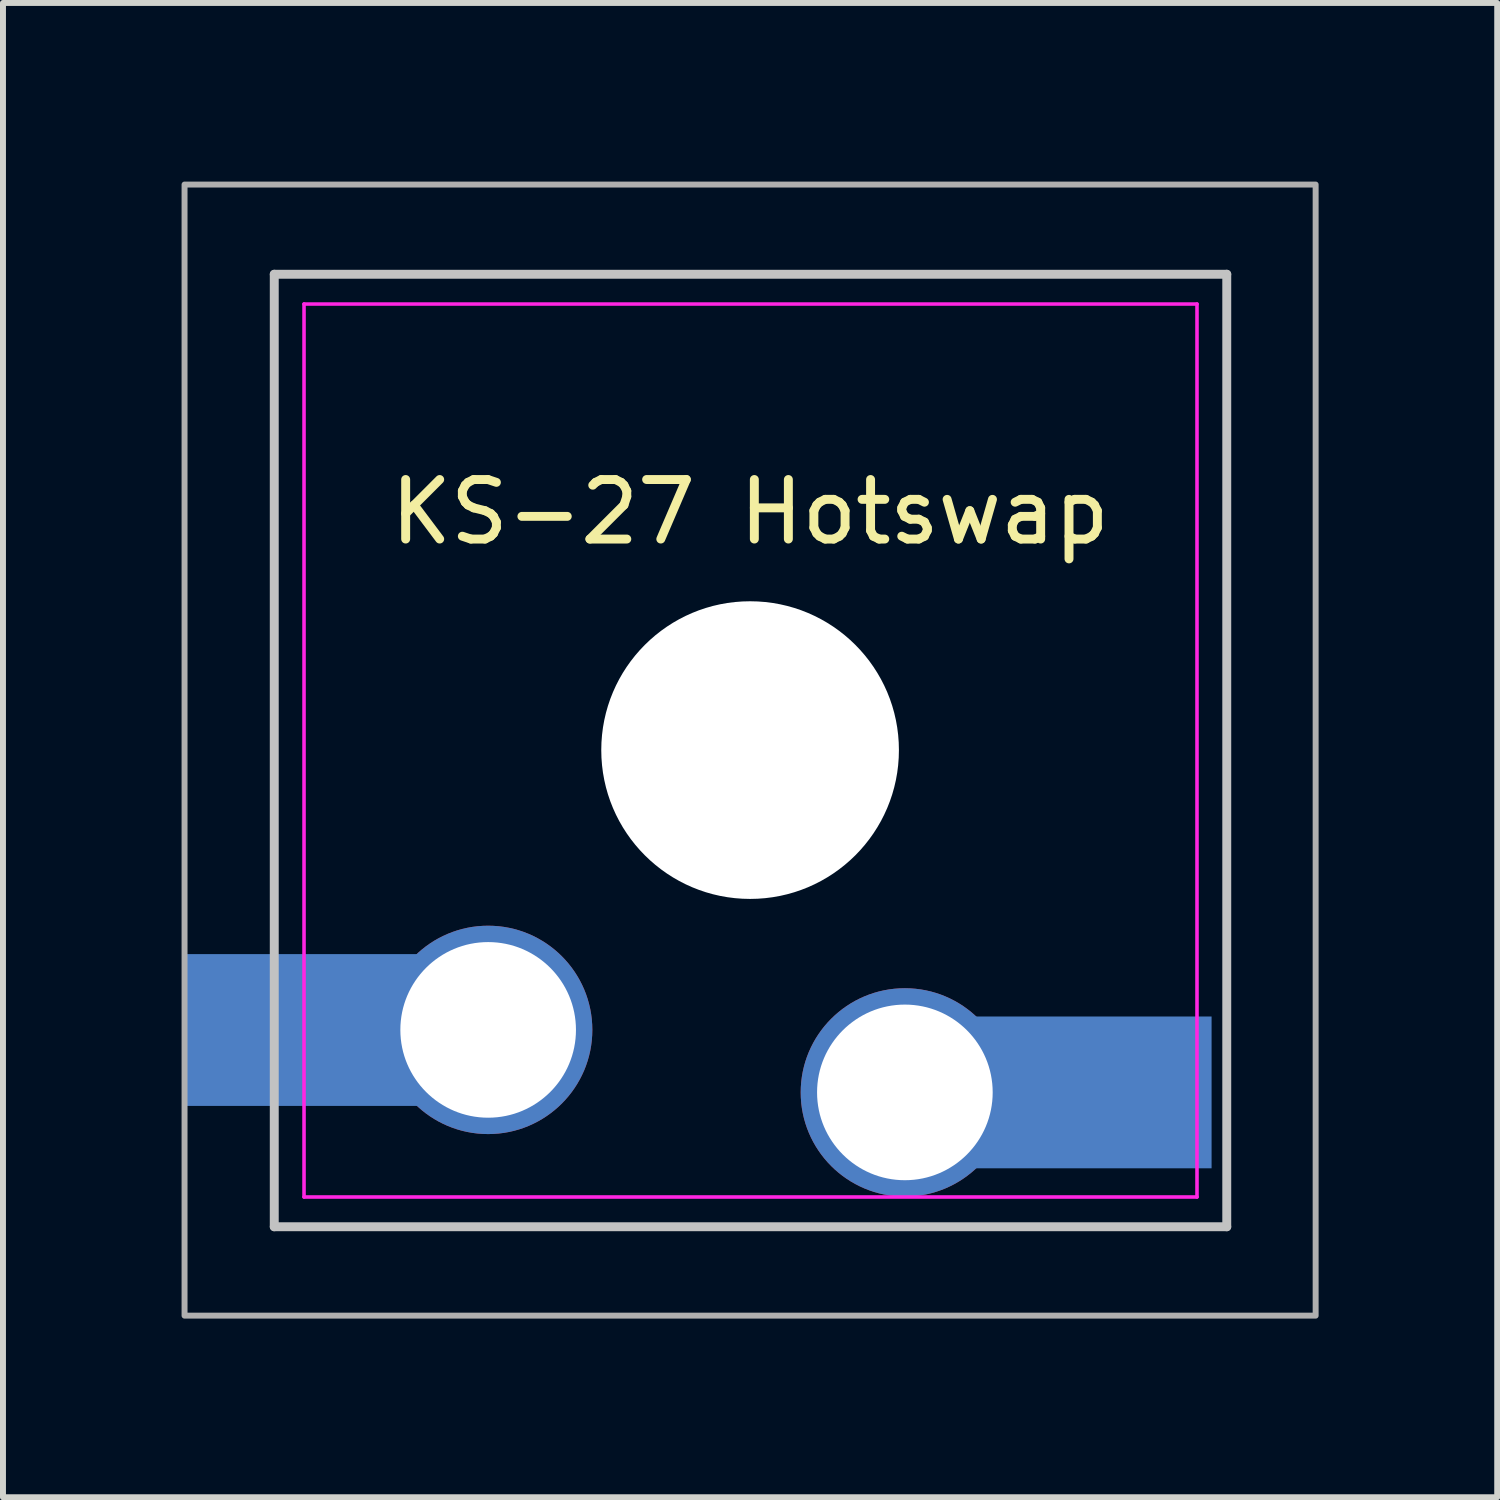
<source format=kicad_pcb>
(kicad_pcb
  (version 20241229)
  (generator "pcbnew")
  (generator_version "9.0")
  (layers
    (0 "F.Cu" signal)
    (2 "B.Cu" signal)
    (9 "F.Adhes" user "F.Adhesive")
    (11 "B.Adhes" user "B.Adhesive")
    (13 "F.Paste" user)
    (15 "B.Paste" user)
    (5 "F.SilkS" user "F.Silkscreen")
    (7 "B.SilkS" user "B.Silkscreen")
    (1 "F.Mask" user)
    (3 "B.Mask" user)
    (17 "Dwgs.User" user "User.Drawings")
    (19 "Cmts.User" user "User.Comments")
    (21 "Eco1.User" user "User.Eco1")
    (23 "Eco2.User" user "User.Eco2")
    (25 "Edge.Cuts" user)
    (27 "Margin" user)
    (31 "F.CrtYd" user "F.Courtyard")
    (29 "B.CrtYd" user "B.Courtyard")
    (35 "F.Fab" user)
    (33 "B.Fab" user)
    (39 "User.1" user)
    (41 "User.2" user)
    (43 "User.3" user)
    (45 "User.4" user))
  (footprint "KS-27 Hotswap"
    (layer "F.Cu")
    (at 9.55 9.55)
    (property "Reference" "KS-27 Hotswap" (at 0 -4 0) (layer "F.SilkS") (effects (font (size 1 1) (thickness 0.15))))
    (attr through_hole)
    (fp_line (start -7.993 8.007) (end -7.993 -7.993) (stroke (width 0.15) (type solid)) (layer "Dwgs.User"))
    (fp_line (start 8.007 -7.993) (end -7.993 -7.993) (stroke (width 0.15) (type solid)) (layer "Dwgs.User"))
    (fp_line (start 8.007 8.007) (end -7.993 8.007) (stroke (width 0.15) (type solid)) (layer "Dwgs.User"))
    (fp_line (start 8.007 8.007) (end 8.007 -7.993) (stroke (width 0.15) (type solid)) (layer "Dwgs.User"))
    (fp_line (start -7.493 -7.493) (end 7.507 -7.493) (stroke (width 0.06) (type solid)) (layer "F.CrtYd"))
    (fp_line (start -7.493 7.507) (end -7.493 -7.493) (stroke (width 0.06) (type solid)) (layer "F.CrtYd"))
    (fp_line (start 7.507 -7.493) (end 7.507 7.507) (stroke (width 0.06) (type solid)) (layer "F.CrtYd"))
    (fp_line (start 7.507 7.507) (end -7.493 7.507) (stroke (width 0.06) (type solid)) (layer "F.CrtYd"))
    (fp_rect (start -9.5 -9.5) (end 9.5 9.5) (stroke (width 0.1) (type default)) (fill no) (layer "F.Fab"))
    (pad "" np_thru_hole circle (at 0 0) (size 5 5) (drill 5) (layers "*.Cu" "*.Mask"))
    (pad "1" smd rect (at -7.178 4.702) (size 4.704 2.55) (layers "B.Cu" "B.Mask" "B.Paste"))
    (pad "1" thru_hole circle (at -4.4 4.7 90) (size 3.5 3.5) (drill 2.95) (layers "*.Cu" "B.Mask"))
    (pad "2" thru_hole circle (at 2.6 5.75) (size 3.5 3.5) (drill 2.95) (layers "*.Cu" "B.Mask"))
    (pad "2" smd rect (at 5.273 5.75) (size 4.958 2.55) (layers "B.Cu" "B.Mask" "B.Paste")))
  (gr_rect
    (start -3 -3)
    (end 22.1 22.1)
    (stroke (width 0.1) (type default))
    (fill no)
    (layer "Edge.Cuts")))
</source>
